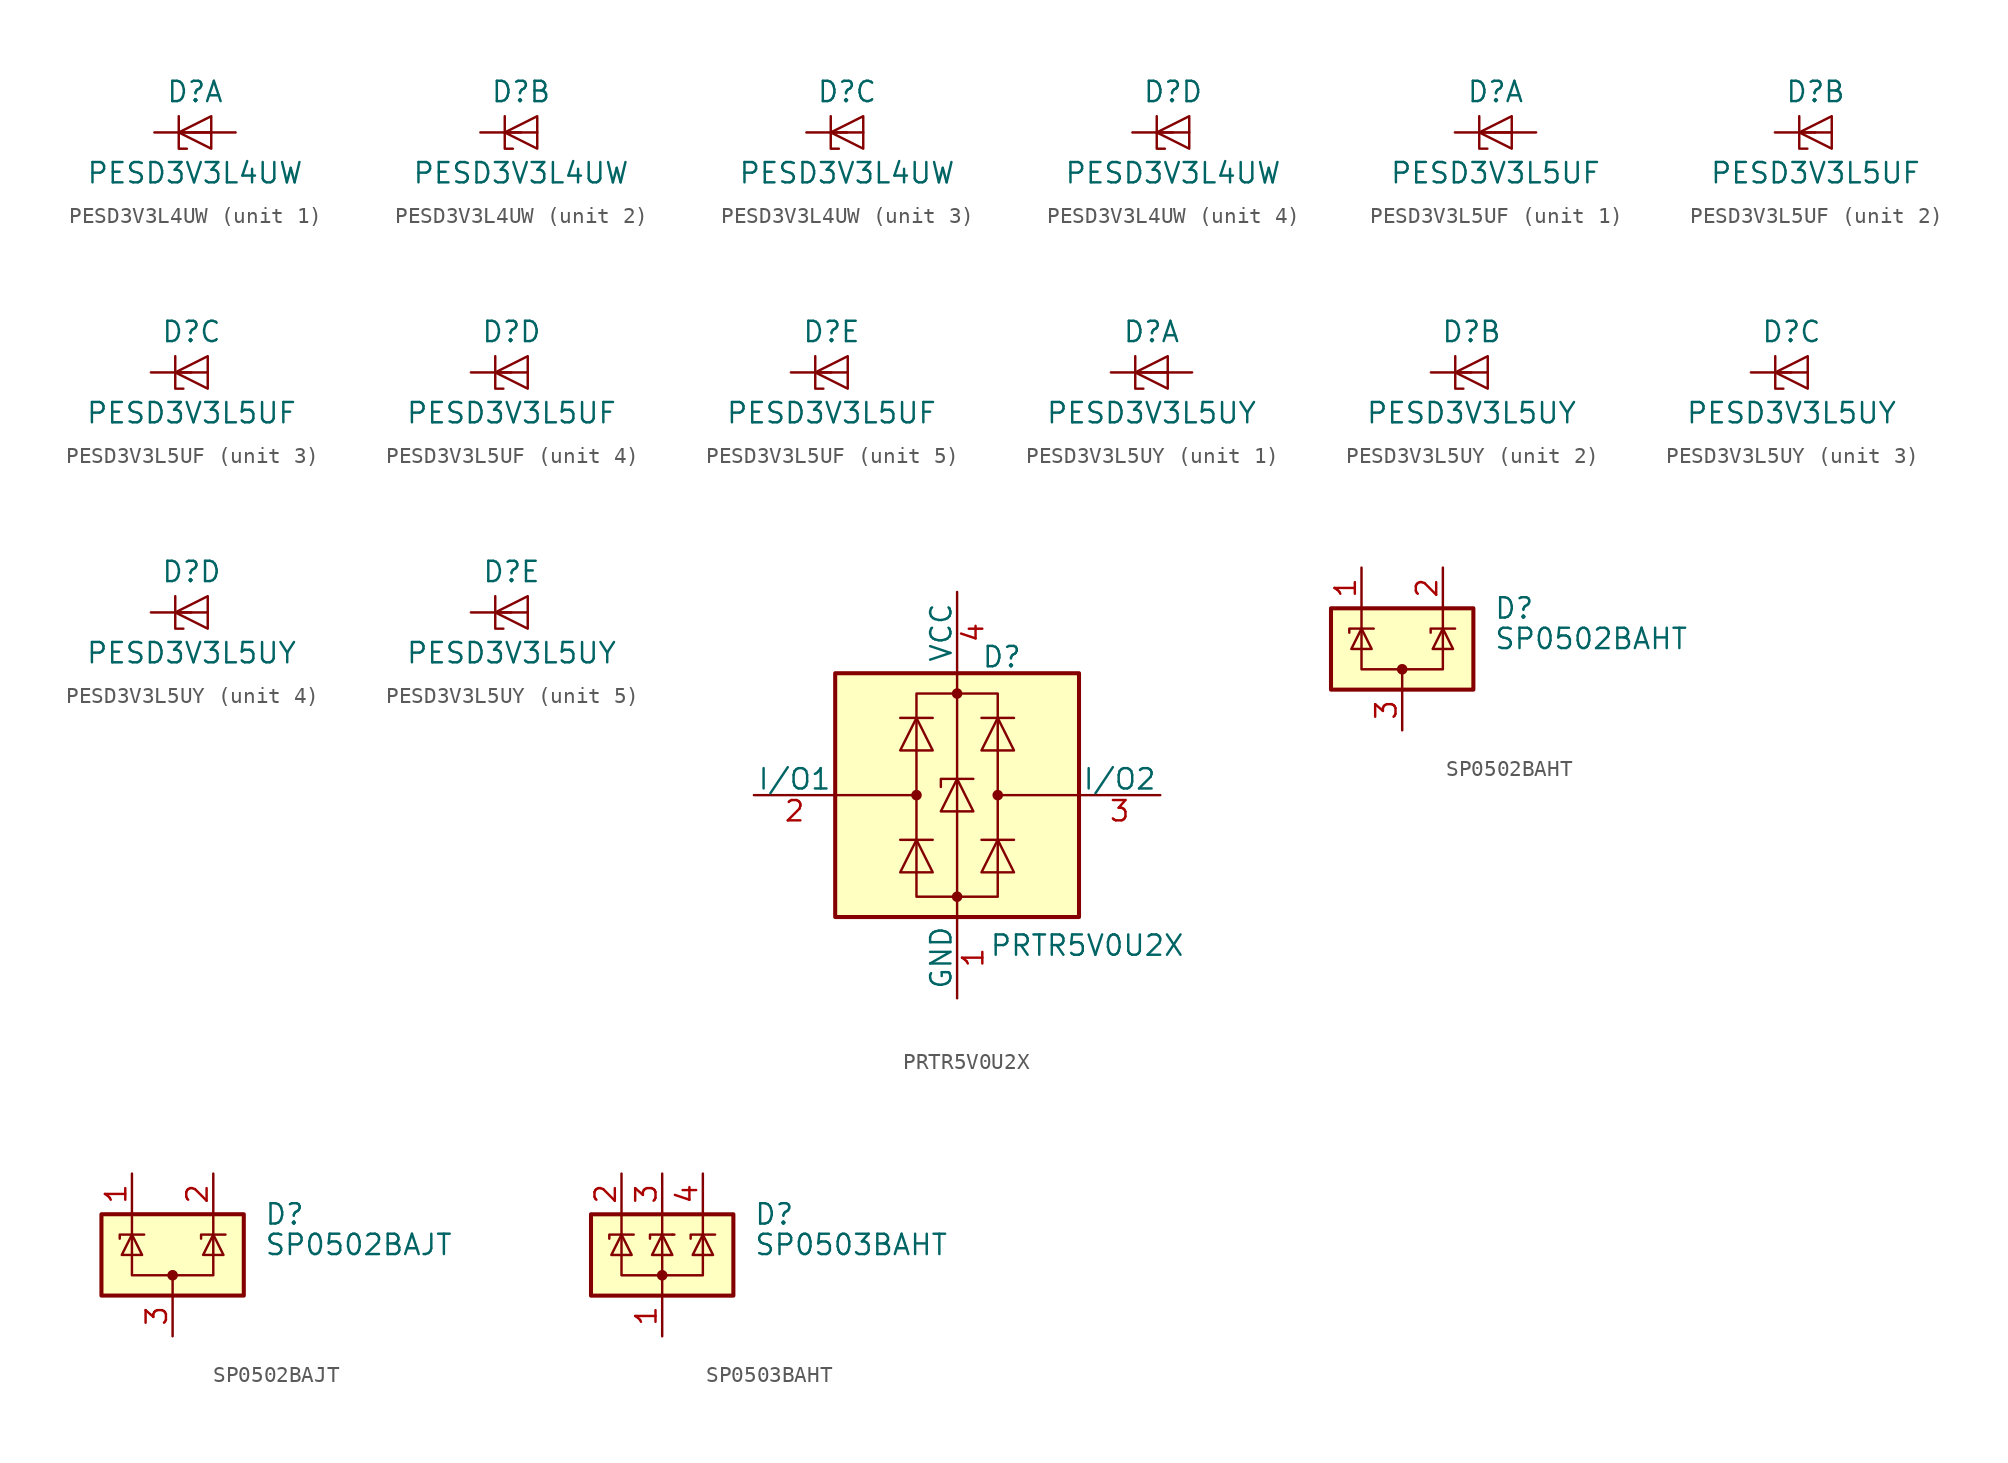
<source format=kicad_sym>
(kicad_symbol_lib
  (version 20211014)
  (generator kicad_symbol_editor)
  (symbol "PESD3V3L4UW"
    (pin_numbers hide)
    (pin_names hide)
    (property "Reference" "D"
      (at 0 2.54 0)
      (effects (font (size 1.27 1.27))))
    (property "Value" "PESD3V3L4UW"
      (at 0 -2.54 0)
      (effects (font (size 1.27 1.27))))
    (property "ki_locked" ""
      (at 0 0 0)
      (effects (font (size 1.27 1.27))))
    (symbol "PESD3V3L4UW_0_1"
      (polyline (pts (xy -1.016 0) (xy 1.016 0)) (stroke (width 0) (type default) (color 0 0 0 0)) (fill (type none)))
      (polyline (pts (xy -1.016 1.016) (xy -1.016 -1.016) (xy -0.508 -1.016)) (stroke (width 0) (type default) (color 0 0 0 0)) (fill (type none)))
      (polyline (pts (xy 1.016 1.016) (xy -1.016 0) (xy 1.016 -1.016) (xy 1.016 1.016)) (stroke (width 0) (type default) (color 0 0 0 0)) (fill (type none))))
    (symbol "PESD3V3L4UW_1_1"
      (pin passive line (at -2.54 0 0) (length 2.54) (name "K1" (effects (font (size 1.27 1.27)))) (number "1" (effects (font (size 1.27 1.27)))))
      (pin passive line (at 2.54 0 180) (length 2.54) (name "A" (effects (font (size 1.27 1.27)))) (number "2" (effects (font (size 1.27 1.27))))))
    (symbol "PESD3V3L4UW_2_1"
      (pin passive line (at -2.54 0 0) (length 2.54) (name "K2" (effects (font (size 1.27 1.27)))) (number "3" (effects (font (size 1.27 1.27))))))
    (symbol "PESD3V3L4UW_3_1"
      (pin passive line (at -2.54 0 0) (length 2.54) (name "K3" (effects (font (size 1.27 1.27)))) (number "4" (effects (font (size 1.27 1.27))))))
    (symbol "PESD3V3L4UW_4_1"
      (pin passive line (at -2.54 0 0) (length 2.54) (name "K4" (effects (font (size 1.27 1.27)))) (number "5" (effects (font (size 1.27 1.27)))))))
  (symbol "PESD3V3L5UF"
    (pin_numbers hide)
    (pin_names hide)
    (property "Reference" "D"
      (at 0 2.54 0)
      (effects (font (size 1.27 1.27))))
    (property "Value" "PESD3V3L5UF"
      (at 0 -2.54 0)
      (effects (font (size 1.27 1.27))))
    (property "ki_locked" ""
      (at 0 0 0)
      (effects (font (size 1.27 1.27))))
    (symbol "PESD3V3L5UF_0_1"
      (polyline (pts (xy -1.016 0) (xy 1.016 0)) (stroke (width 0) (type default) (color 0 0 0 0)) (fill (type none)))
      (polyline (pts (xy -1.016 1.016) (xy -1.016 -1.016) (xy -0.508 -1.016)) (stroke (width 0) (type default) (color 0 0 0 0)) (fill (type none)))
      (polyline (pts (xy 1.016 1.016) (xy -1.016 0) (xy 1.016 -1.016) (xy 1.016 1.016)) (stroke (width 0) (type default) (color 0 0 0 0)) (fill (type none))))
    (symbol "PESD3V3L5UF_1_1"
      (pin passive line (at -2.54 0 0) (length 2.54) (name "K1" (effects (font (size 1.27 1.27)))) (number "1" (effects (font (size 1.27 1.27)))))
      (pin passive line (at 2.54 0 180) (length 2.54) (name "A" (effects (font (size 1.27 1.27)))) (number "2" (effects (font (size 1.27 1.27))))))
    (symbol "PESD3V3L5UF_2_1"
      (pin passive line (at -2.54 0 0) (length 2.54) (name "K2" (effects (font (size 1.27 1.27)))) (number "3" (effects (font (size 1.27 1.27))))))
    (symbol "PESD3V3L5UF_3_1"
      (pin passive line (at -2.54 0 0) (length 2.54) (name "K3" (effects (font (size 1.27 1.27)))) (number "4" (effects (font (size 1.27 1.27))))))
    (symbol "PESD3V3L5UF_4_1"
      (pin passive line (at -2.54 0 0) (length 2.54) (name "K4" (effects (font (size 1.27 1.27)))) (number "5" (effects (font (size 1.27 1.27))))))
    (symbol "PESD3V3L5UF_5_1"
      (pin passive line (at -2.54 0 0) (length 2.54) (name "K5" (effects (font (size 1.27 1.27)))) (number "6" (effects (font (size 1.27 1.27)))))))
  (symbol "PESD3V3L5UY"
    (pin_numbers hide)
    (pin_names hide)
    (property "Reference" "D"
      (at 0 2.54 0)
      (effects (font (size 1.27 1.27))))
    (property "Value" "PESD3V3L5UY"
      (at 0 -2.54 0)
      (effects (font (size 1.27 1.27))))
    (property "ki_locked" ""
      (at 0 0 0)
      (effects (font (size 1.27 1.27))))
    (symbol "PESD3V3L5UY_0_1"
      (polyline (pts (xy -1.016 0) (xy 1.016 0)) (stroke (width 0) (type default) (color 0 0 0 0)) (fill (type none)))
      (polyline (pts (xy -1.016 1.016) (xy -1.016 -1.016) (xy -0.508 -1.016)) (stroke (width 0) (type default) (color 0 0 0 0)) (fill (type none)))
      (polyline (pts (xy 1.016 1.016) (xy -1.016 0) (xy 1.016 -1.016) (xy 1.016 1.016)) (stroke (width 0) (type default) (color 0 0 0 0)) (fill (type none))))
    (symbol "PESD3V3L5UY_1_1"
      (pin passive line (at -2.54 0 0) (length 2.54) (name "K1" (effects (font (size 1.27 1.27)))) (number "1" (effects (font (size 1.27 1.27)))))
      (pin passive line (at 2.54 0 180) (length 2.54) (name "A" (effects (font (size 1.27 1.27)))) (number "2" (effects (font (size 1.27 1.27))))))
    (symbol "PESD3V3L5UY_2_1"
      (pin passive line (at -2.54 0 0) (length 2.54) (name "K2" (effects (font (size 1.27 1.27)))) (number "3" (effects (font (size 1.27 1.27))))))
    (symbol "PESD3V3L5UY_3_1"
      (pin passive line (at -2.54 0 0) (length 2.54) (name "K3" (effects (font (size 1.27 1.27)))) (number "4" (effects (font (size 1.27 1.27))))))
    (symbol "PESD3V3L5UY_4_1"
      (pin passive line (at -2.54 0 0) (length 2.54) (name "K4" (effects (font (size 1.27 1.27)))) (number "5" (effects (font (size 1.27 1.27))))))
    (symbol "PESD3V3L5UY_5_1"
      (pin passive line (at -2.54 0 0) (length 2.54) (name "K5" (effects (font (size 1.27 1.27)))) (number "6" (effects (font (size 1.27 1.27)))))))
  (symbol "PRTR5V0U2X"
    (pin_names
      (offset 0))
    (property "Reference" "D"
      (at 2.794 8.636 0)
      (effects (font (size 1.27 1.27))))
    (property "Value" "PRTR5V0U2X"
      (at 8.128 -9.398 0)
      (effects (font (size 1.27 1.27))))
    (symbol "PRTR5V0U2X_0_1"
      (rectangle (start -7.62 -7.62) (end 7.62 7.62) (stroke (width 0.254) (type default) (color 0 0 0 0)) (fill (type background)))
      (circle (center -2.54 0) (radius 0.254) (stroke (width 0) (type default) (color 0 0 0 0)) (fill (type outline)))
      (rectangle (start -2.54 6.35) (end 2.54 -6.35) (stroke (width 0) (type default) (color 0 0 0 0)) (fill (type none)))
      (circle (center 0 -6.35) (radius 0.254) (stroke (width 0) (type default) (color 0 0 0 0)) (fill (type outline)))
      (polyline (pts (xy -2.54 0) (xy -7.62 0)) (stroke (width 0) (type default) (color 0 0 0 0)) (fill (type none)))
      (polyline (pts (xy -1.524 -2.794) (xy -3.556 -2.794)) (stroke (width 0) (type default) (color 0 0 0 0)) (fill (type none)))
      (polyline (pts (xy -1.524 4.826) (xy -3.556 4.826)) (stroke (width 0) (type default) (color 0 0 0 0)) (fill (type none)))
      (polyline (pts (xy 0 -7.62) (xy 0 7.62)) (stroke (width 0) (type default) (color 0 0 0 0)) (fill (type none)))
      (polyline (pts (xy 1.524 -2.794) (xy 3.556 -2.794)) (stroke (width 0) (type default) (color 0 0 0 0)) (fill (type none)))
      (polyline (pts (xy 1.524 4.826) (xy 3.556 4.826)) (stroke (width 0) (type default) (color 0 0 0 0)) (fill (type none)))
      (polyline (pts (xy 2.54 0) (xy 7.62 0)) (stroke (width 0) (type default) (color 0 0 0 0)) (fill (type none)))
      (polyline (pts (xy 1.016 1.016) (xy -1.016 1.016) (xy -1.016 0.508)) (stroke (width 0) (type default) (color 0 0 0 0)) (fill (type none)))
      (polyline (pts (xy -3.556 -4.826) (xy -1.524 -4.826) (xy -2.54 -2.794) (xy -3.556 -4.826)) (stroke (width 0) (type default) (color 0 0 0 0)) (fill (type none)))
      (polyline (pts (xy -3.556 2.794) (xy -1.524 2.794) (xy -2.54 4.826) (xy -3.556 2.794)) (stroke (width 0) (type default) (color 0 0 0 0)) (fill (type none)))
      (polyline (pts (xy -1.016 -1.016) (xy 1.016 -1.016) (xy 0 1.016) (xy -1.016 -1.016)) (stroke (width 0) (type default) (color 0 0 0 0)) (fill (type none)))
      (polyline (pts (xy 3.556 -4.826) (xy 1.524 -4.826) (xy 2.54 -2.794) (xy 3.556 -4.826)) (stroke (width 0) (type default) (color 0 0 0 0)) (fill (type none)))
      (polyline (pts (xy 3.556 2.794) (xy 1.524 2.794) (xy 2.54 4.826) (xy 3.556 2.794)) (stroke (width 0) (type default) (color 0 0 0 0)) (fill (type none)))
      (circle (center 0 6.35) (radius 0.254) (stroke (width 0) (type default) (color 0 0 0 0)) (fill (type outline)))
      (circle (center 2.54 0) (radius 0.254) (stroke (width 0) (type default) (color 0 0 0 0)) (fill (type outline))))
    (symbol "PRTR5V0U2X_1_1"
      (pin passive line (at 0 -12.7 90) (length 5.08) (name "GND" (effects (font (size 1.27 1.27)))) (number "1" (effects (font (size 1.27 1.27)))))
      (pin passive line (at -12.7 0 0) (length 5.08) (name "I/O1" (effects (font (size 1.27 1.27)))) (number "2" (effects (font (size 1.27 1.27)))))
      (pin passive line (at 12.7 0 180) (length 5.08) (name "I/O2" (effects (font (size 1.27 1.27)))) (number "3" (effects (font (size 1.27 1.27)))))
      (pin passive line (at 0 12.7 270) (length 5.08) (name "VCC" (effects (font (size 1.27 1.27)))) (number "4" (effects (font (size 1.27 1.27)))))))
  (symbol "SP0502BAHT"
    (pin_names hide)
    (property "Reference" "D"
      (at 5.715 2.54 0)
      (effects (font (size 1.27 1.27)) (justify left)))
    (property "Value" "SP0502BAHT"
      (at 5.715 0.635 0)
      (effects (font (size 1.27 1.27)) (justify left)))
    (symbol "SP0502BAHT_0_0"
      (pin passive line (at 0 -5.08 90) (length 2.54) (name "A" (effects (font (size 1.27 1.27)))) (number "3" (effects (font (size 1.27 1.27))))))
    (symbol "SP0502BAHT_0_1"
      (rectangle (start -4.445 2.54) (end 4.445 -2.54) (stroke (width 0.254) (type default) (color 0 0 0 0)) (fill (type background)))
      (circle (center 0 -1.27) (radius 0.254) (stroke (width 0) (type default) (color 0 0 0 0)) (fill (type outline)))
      (polyline (pts (xy -2.54 2.54) (xy -2.54 1.27)) (stroke (width 0) (type default) (color 0 0 0 0)) (fill (type none)))
      (polyline (pts (xy 0 -1.27) (xy 0 -2.54)) (stroke (width 0) (type default) (color 0 0 0 0)) (fill (type none)))
      (polyline (pts (xy 2.54 2.54) (xy 2.54 1.27)) (stroke (width 0) (type default) (color 0 0 0 0)) (fill (type none)))
      (polyline (pts (xy -3.302 1.016) (xy -3.302 1.27) (xy -1.905 1.27) (xy -1.778 1.27)) (stroke (width 0) (type default) (color 0 0 0 0)) (fill (type none)))
      (polyline (pts (xy -2.54 1.27) (xy -2.54 -1.27) (xy 2.54 -1.27) (xy 2.54 1.27)) (stroke (width 0) (type default) (color 0 0 0 0)) (fill (type none)))
      (polyline (pts (xy -2.54 1.27) (xy -1.905 0) (xy -3.175 0) (xy -2.54 1.27)) (stroke (width 0) (type default) (color 0 0 0 0)) (fill (type none)))
      (polyline (pts (xy 1.778 1.016) (xy 1.778 1.27) (xy 3.175 1.27) (xy 3.302 1.27)) (stroke (width 0) (type default) (color 0 0 0 0)) (fill (type none)))
      (polyline (pts (xy 2.54 1.27) (xy 1.905 0) (xy 3.175 0) (xy 2.54 1.27)) (stroke (width 0) (type default) (color 0 0 0 0)) (fill (type none))))
    (symbol "SP0502BAHT_1_1"
      (pin passive line (at -2.54 5.08 270) (length 2.54) (name "K" (effects (font (size 1.27 1.27)))) (number "1" (effects (font (size 1.27 1.27)))))
      (pin passive line (at 2.54 5.08 270) (length 2.54) (name "K" (effects (font (size 1.27 1.27)))) (number "2" (effects (font (size 1.27 1.27)))))))
  (symbol "SP0502BAJT"
    (pin_names hide)
    (property "Reference" "D"
      (at 5.715 2.54 0)
      (effects (font (size 1.27 1.27)) (justify left)))
    (property "Value" "SP0502BAJT"
      (at 5.715 0.635 0)
      (effects (font (size 1.27 1.27)) (justify left)))
    (symbol "SP0502BAJT_0_0"
      (pin passive line (at 0 -5.08 90) (length 2.54) (name "A" (effects (font (size 1.27 1.27)))) (number "3" (effects (font (size 1.27 1.27))))))
    (symbol "SP0502BAJT_0_1"
      (rectangle (start -4.445 2.54) (end 4.445 -2.54) (stroke (width 0.254) (type default) (color 0 0 0 0)) (fill (type background)))
      (circle (center 0 -1.27) (radius 0.254) (stroke (width 0) (type default) (color 0 0 0 0)) (fill (type outline)))
      (polyline (pts (xy -2.54 2.54) (xy -2.54 1.27)) (stroke (width 0) (type default) (color 0 0 0 0)) (fill (type none)))
      (polyline (pts (xy 0 -1.27) (xy 0 -2.54)) (stroke (width 0) (type default) (color 0 0 0 0)) (fill (type none)))
      (polyline (pts (xy 2.54 2.54) (xy 2.54 1.27)) (stroke (width 0) (type default) (color 0 0 0 0)) (fill (type none)))
      (polyline (pts (xy -3.302 1.016) (xy -3.302 1.27) (xy -1.905 1.27) (xy -1.778 1.27)) (stroke (width 0) (type default) (color 0 0 0 0)) (fill (type none)))
      (polyline (pts (xy -2.54 1.27) (xy -2.54 -1.27) (xy 2.54 -1.27) (xy 2.54 1.27)) (stroke (width 0) (type default) (color 0 0 0 0)) (fill (type none)))
      (polyline (pts (xy -2.54 1.27) (xy -1.905 0) (xy -3.175 0) (xy -2.54 1.27)) (stroke (width 0) (type default) (color 0 0 0 0)) (fill (type none)))
      (polyline (pts (xy 1.778 1.016) (xy 1.778 1.27) (xy 3.175 1.27) (xy 3.302 1.27)) (stroke (width 0) (type default) (color 0 0 0 0)) (fill (type none)))
      (polyline (pts (xy 2.54 1.27) (xy 1.905 0) (xy 3.175 0) (xy 2.54 1.27)) (stroke (width 0) (type default) (color 0 0 0 0)) (fill (type none))))
    (symbol "SP0502BAJT_1_1"
      (pin passive line (at -2.54 5.08 270) (length 2.54) (name "K" (effects (font (size 1.27 1.27)))) (number "1" (effects (font (size 1.27 1.27)))))
      (pin passive line (at 2.54 5.08 270) (length 2.54) (name "K" (effects (font (size 1.27 1.27)))) (number "2" (effects (font (size 1.27 1.27)))))))
  (symbol "SP0503BAHT"
    (pin_names hide)
    (property "Reference" "D"
      (at 5.715 2.54 0)
      (effects (font (size 1.27 1.27)) (justify left)))
    (property "Value" "SP0503BAHT"
      (at 5.715 0.635 0)
      (effects (font (size 1.27 1.27)) (justify left)))
    (symbol "SP0503BAHT_0_0"
      (pin passive line (at 0 -5.08 90) (length 2.54) (name "A" (effects (font (size 1.27 1.27)))) (number "1" (effects (font (size 1.27 1.27))))))
    (symbol "SP0503BAHT_0_1"
      (rectangle (start -4.445 2.54) (end 4.445 -2.54) (stroke (width 0.254) (type default) (color 0 0 0 0)) (fill (type background)))
      (circle (center 0 -1.27) (radius 0.254) (stroke (width 0) (type default) (color 0 0 0 0)) (fill (type outline)))
      (polyline (pts (xy -2.54 2.54) (xy -2.54 1.27)) (stroke (width 0) (type default) (color 0 0 0 0)) (fill (type none)))
      (polyline (pts (xy 0 -1.27) (xy 0 -2.54)) (stroke (width 0) (type default) (color 0 0 0 0)) (fill (type none)))
      (polyline (pts (xy 0 -1.27) (xy 0 1.27)) (stroke (width 0) (type default) (color 0 0 0 0)) (fill (type none)))
      (polyline (pts (xy 0 2.54) (xy 0 1.27)) (stroke (width 0) (type default) (color 0 0 0 0)) (fill (type none)))
      (polyline (pts (xy 0.635 1.27) (xy 0.762 1.27)) (stroke (width 0) (type default) (color 0 0 0 0)) (fill (type none)))
      (polyline (pts (xy 2.54 2.54) (xy 2.54 1.27)) (stroke (width 0) (type default) (color 0 0 0 0)) (fill (type none)))
      (polyline (pts (xy 0.635 1.27) (xy -0.762 1.27) (xy -0.762 1.016)) (stroke (width 0) (type default) (color 0 0 0 0)) (fill (type none)))
      (polyline (pts (xy -3.302 1.016) (xy -3.302 1.27) (xy -1.905 1.27) (xy -1.778 1.27)) (stroke (width 0) (type default) (color 0 0 0 0)) (fill (type none)))
      (polyline (pts (xy -2.54 1.27) (xy -2.54 -1.27) (xy 2.54 -1.27) (xy 2.54 1.27)) (stroke (width 0) (type default) (color 0 0 0 0)) (fill (type none)))
      (polyline (pts (xy -2.54 1.27) (xy -1.905 0) (xy -3.175 0) (xy -2.54 1.27)) (stroke (width 0) (type default) (color 0 0 0 0)) (fill (type none)))
      (polyline (pts (xy 0.635 0) (xy -0.635 0) (xy 0 1.27) (xy 0.635 0)) (stroke (width 0) (type default) (color 0 0 0 0)) (fill (type none)))
      (polyline (pts (xy 1.778 1.016) (xy 1.778 1.27) (xy 3.175 1.27) (xy 3.302 1.27)) (stroke (width 0) (type default) (color 0 0 0 0)) (fill (type none)))
      (polyline (pts (xy 2.54 1.27) (xy 1.905 0) (xy 3.175 0) (xy 2.54 1.27)) (stroke (width 0) (type default) (color 0 0 0 0)) (fill (type none))))
    (symbol "SP0503BAHT_1_1"
      (pin passive line (at -2.54 5.08 270) (length 2.54) (name "K" (effects (font (size 1.27 1.27)))) (number "2" (effects (font (size 1.27 1.27)))))
      (pin passive line (at 0 5.08 270) (length 2.54) (name "K" (effects (font (size 1.27 1.27)))) (number "3" (effects (font (size 1.27 1.27)))))
      (pin passive line (at 2.54 5.08 270) (length 2.54) (name "K" (effects (font (size 1.27 1.27)))) (number "4" (effects (font (size 1.27 1.27))))))))
</source>
